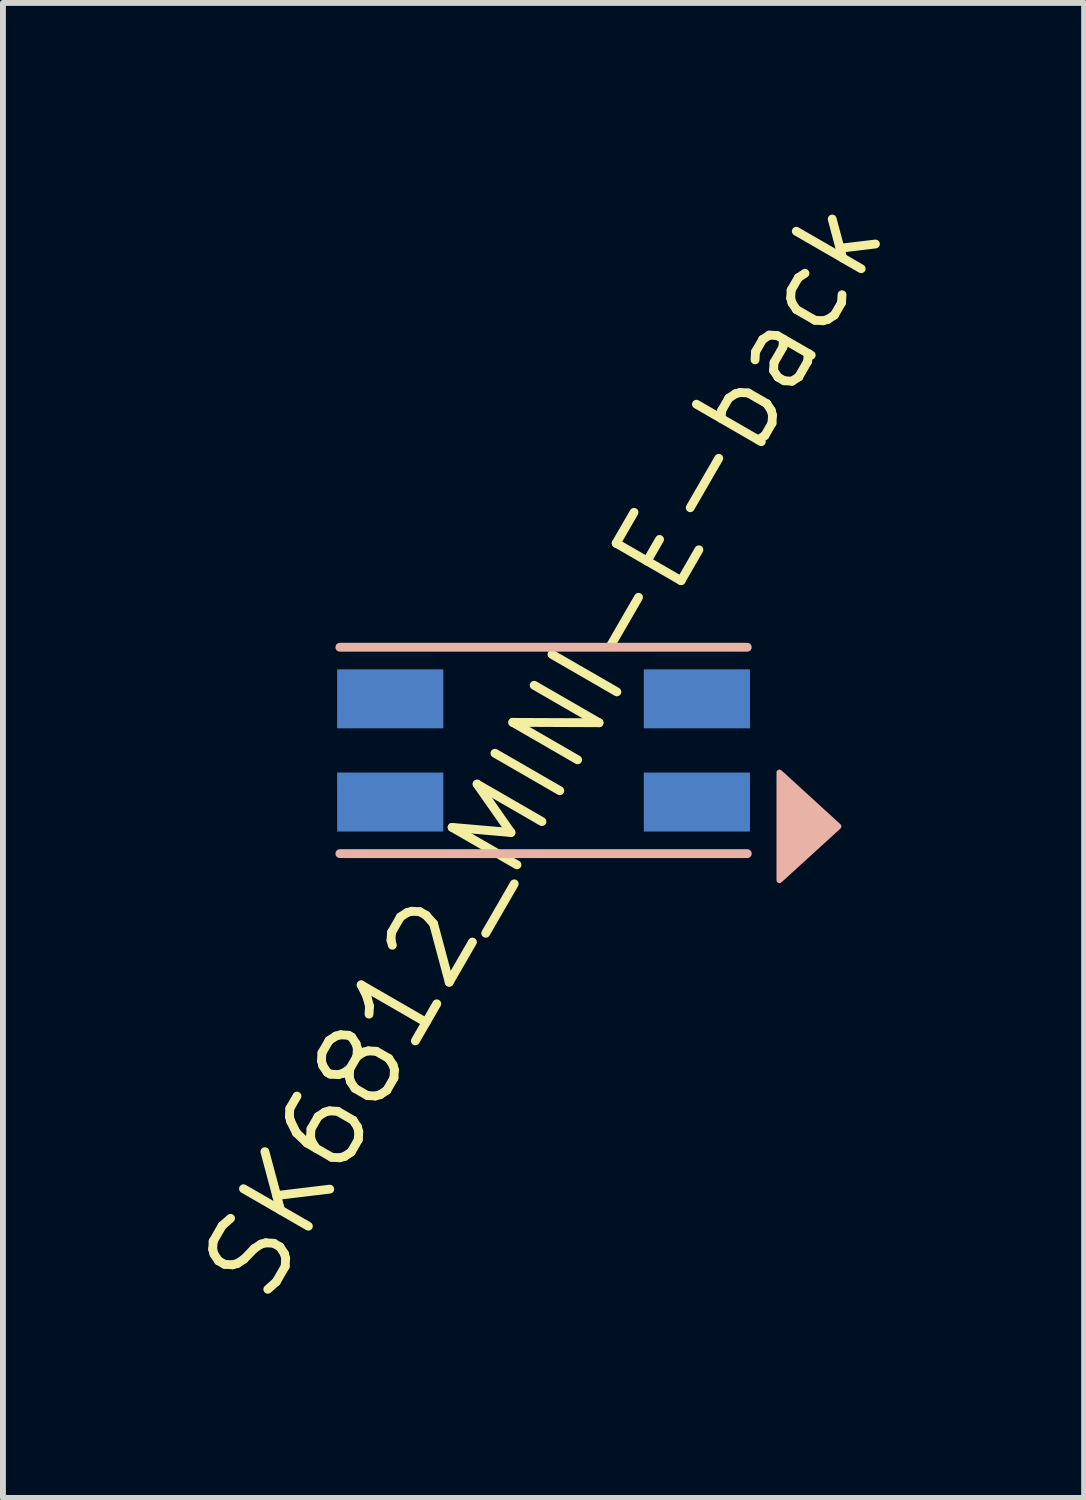
<source format=kicad_pcb>
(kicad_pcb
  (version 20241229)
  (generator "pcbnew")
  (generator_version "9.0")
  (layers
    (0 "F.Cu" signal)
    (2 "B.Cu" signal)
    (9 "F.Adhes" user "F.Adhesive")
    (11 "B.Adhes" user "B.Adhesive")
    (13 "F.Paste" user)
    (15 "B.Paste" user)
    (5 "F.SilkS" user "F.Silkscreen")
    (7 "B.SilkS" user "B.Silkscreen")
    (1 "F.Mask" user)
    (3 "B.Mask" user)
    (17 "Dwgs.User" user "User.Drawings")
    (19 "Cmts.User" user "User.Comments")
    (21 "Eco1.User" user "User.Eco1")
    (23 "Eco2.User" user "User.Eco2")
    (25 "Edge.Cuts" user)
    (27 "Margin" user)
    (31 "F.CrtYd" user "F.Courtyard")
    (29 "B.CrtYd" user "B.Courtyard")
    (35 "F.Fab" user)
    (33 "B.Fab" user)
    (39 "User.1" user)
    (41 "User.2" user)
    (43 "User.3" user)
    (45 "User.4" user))
  (footprint "SK6812_MINI-E-back"
    (layer "F.Cu")
    (at 6.167 9.675)
    (property "Reference" "SK6812_MINI-E-back" (at 0 0 60) (layer "F.SilkS") (effects (font (size 1.27 1.27) (thickness 0.15))))
    (attr through_hole)
    (fp_line (start -3.454 1.75) (end 3.454 1.75) (stroke (width 0.15) (type solid)) (layer "B.SilkS"))
    (fp_line (start 3.454 -1.75) (end -3.454 -1.75) (stroke (width 0.15) (type solid)) (layer "B.SilkS"))
    (fp_poly (pts (xy 4 2.2) (xy 4 0.375) (xy 5 1.288)) (stroke (width 0.1) (type solid)) (fill yes) (layer "B.SilkS"))
    (pad "1" smd rect (at -2.6 -0.875) (size 1.8 1) (layers "B.Cu" "B.Mask" "B.Paste"))
    (pad "2" smd rect (at -2.6 0.875) (size 1.8 1) (layers "B.Cu" "B.Mask" "B.Paste"))
    (pad "3" smd rect (at 2.6 0.875) (size 1.8 1) (layers "B.Cu" "B.Mask" "B.Paste"))
    (pad "4" smd rect (at 2.6 -0.875) (size 1.8 1) (layers "B.Cu" "B.Mask" "B.Paste")))
  (gr_rect
    (start -3 -3)
    (end 15.333 22.35)
    (stroke (width 0.1) (type default))
    (fill no)
    (layer "Edge.Cuts")))
</source>
